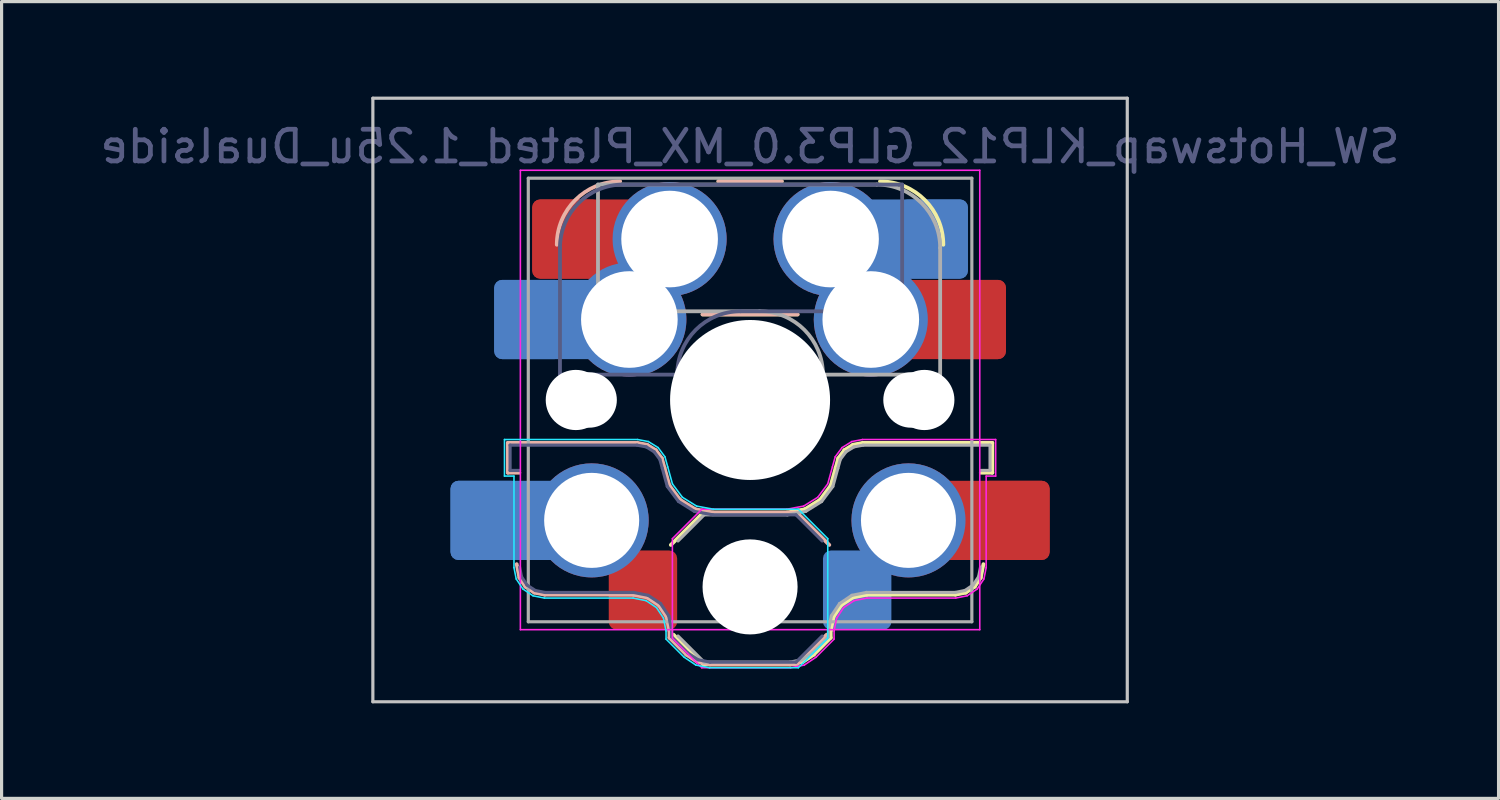
<source format=kicad_pcb>
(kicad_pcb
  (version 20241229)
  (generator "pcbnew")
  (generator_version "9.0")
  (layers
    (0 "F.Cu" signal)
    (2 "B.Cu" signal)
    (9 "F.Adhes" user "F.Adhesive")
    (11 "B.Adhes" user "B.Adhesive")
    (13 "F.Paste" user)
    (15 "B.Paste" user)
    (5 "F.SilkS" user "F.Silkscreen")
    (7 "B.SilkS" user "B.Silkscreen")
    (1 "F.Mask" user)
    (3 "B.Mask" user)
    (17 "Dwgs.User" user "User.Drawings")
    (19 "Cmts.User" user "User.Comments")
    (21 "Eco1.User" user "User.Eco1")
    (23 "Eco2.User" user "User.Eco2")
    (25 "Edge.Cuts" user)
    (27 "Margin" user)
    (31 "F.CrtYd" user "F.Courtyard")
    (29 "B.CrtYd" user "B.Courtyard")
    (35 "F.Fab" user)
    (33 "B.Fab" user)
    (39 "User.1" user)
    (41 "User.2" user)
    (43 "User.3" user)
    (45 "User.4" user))
  (footprint "SW_Hotswap_KLP12_GLP3.0_MX_Plated_1.25u_Dualside"
    (layer "F.Cu")
    (at 20.625 9.575)
    (property "Reference" "SW_Hotswap_KLP12_GLP3.0_MX_Plated_1.25u_Dualside" (at 0 -8 0) (layer "B.Fab") (effects (font (size 1 1) (thickness 0.15)) (justify mirror)))
    (attr smd)
    (fp_line (start -2.416 7.409) (end -1.479 8.346) (stroke (width 0.12) (type solid)) (layer "F.SilkS"))
    (fp_line (start -1.479 3.554) (end -2.5 4.575) (stroke (width 0.12) (type solid)) (layer "F.SilkS"))
    (fp_line (start -1.479 8.346) (end 1.268 8.346) (stroke (width 0.12) (type solid)) (layer "F.SilkS"))
    (fp_line (start 1 -6.9) (end -1 -6.9) (stroke (width 0.12) (type solid)) (layer "F.SilkS"))
    (fp_line (start 1.168 3.554) (end -1.479 3.554) (stroke (width 0.12) (type solid)) (layer "F.SilkS"))
    (fp_line (start 1.268 8.346) (end 1.671 8.266) (stroke (width 0.12) (type solid)) (layer "F.SilkS"))
    (fp_line (start 1.5 -2.7) (end -1.5 -2.7) (stroke (width 0.12) (type solid)) (layer "F.SilkS"))
    (fp_line (start 1.671 8.266) (end 2.013 8.037) (stroke (width 0.12) (type solid)) (layer "F.SilkS"))
    (fp_line (start 1.73 3.449) (end 1.168 3.554) (stroke (width 0.12) (type solid)) (layer "F.SilkS"))
    (fp_line (start 2.013 8.037) (end 2.546 7.504) (stroke (width 0.12) (type solid)) (layer "F.SilkS"))
    (fp_line (start 2.209 3.15) (end 1.73 3.449) (stroke (width 0.12) (type solid)) (layer "F.SilkS"))
    (fp_line (start 2.546 7.282) (end 2.633 6.844) (stroke (width 0.12) (type solid)) (layer "F.SilkS"))
    (fp_line (start 2.546 7.504) (end 2.546 7.282) (stroke (width 0.12) (type solid)) (layer "F.SilkS"))
    (fp_line (start 2.547 2.697) (end 2.209 3.15) (stroke (width 0.12) (type solid)) (layer "F.SilkS"))
    (fp_line (start 2.633 6.844) (end 2.877 6.477) (stroke (width 0.12) (type solid)) (layer "F.SilkS"))
    (fp_line (start 2.701 2.139) (end 2.547 2.697) (stroke (width 0.12) (type solid)) (layer "F.SilkS"))
    (fp_line (start 2.783 1.841) (end 2.701 2.139) (stroke (width 0.12) (type solid)) (layer "F.SilkS"))
    (fp_line (start 2.877 6.477) (end 3.244 6.233) (stroke (width 0.12) (type solid)) (layer "F.SilkS"))
    (fp_line (start 2.976 1.583) (end 2.783 1.841) (stroke (width 0.12) (type solid)) (layer "F.SilkS"))
    (fp_line (start 3.244 6.233) (end 3.682 6.146) (stroke (width 0.12) (type solid)) (layer "F.SilkS"))
    (fp_line (start 3.25 1.413) (end 2.976 1.583) (stroke (width 0.12) (type solid)) (layer "F.SilkS"))
    (fp_line (start 3.56 1.354) (end 3.25 1.413) (stroke (width 0.12) (type solid)) (layer "F.SilkS"))
    (fp_line (start 3.682 6.146) (end 6.482 6.146) (stroke (width 0.12) (type solid)) (layer "F.SilkS"))
    (fp_line (start 6.482 6.146) (end 6.809 6.081) (stroke (width 0.12) (type solid)) (layer "F.SilkS"))
    (fp_line (start 6.809 6.081) (end 7.092 5.892) (stroke (width 0.12) (type solid)) (layer "F.SilkS"))
    (fp_line (start 7.092 5.892) (end 7.281 5.609) (stroke (width 0.12) (type solid)) (layer "F.SilkS"))
    (fp_line (start 7.281 5.609) (end 7.366 5.182) (stroke (width 0.12) (type solid)) (layer "F.SilkS"))
    (fp_line (start 7.283 2.296) (end 7.646 2.296) (stroke (width 0.12) (type solid)) (layer "F.SilkS"))
    (fp_line (start 7.646 1.354) (end 3.56 1.354) (stroke (width 0.12) (type solid)) (layer "F.SilkS"))
    (fp_line (start 7.646 2.296) (end 7.646 1.354) (stroke (width 0.12) (type solid)) (layer "F.SilkS"))
    (fp_arc (start 4.1 -6.9) (mid 5.514214 -6.314214) (end 6.1 -4.9) (stroke (width 0.12) (type solid)) (layer "F.SilkS"))
    (fp_line (start -7.646 1.354) (end -3.56 1.354) (stroke (width 0.12) (type solid)) (layer "B.SilkS"))
    (fp_line (start -7.646 2.296) (end -7.646 1.354) (stroke (width 0.12) (type solid)) (layer "B.SilkS"))
    (fp_line (start -7.283 2.296) (end -7.646 2.296) (stroke (width 0.12) (type solid)) (layer "B.SilkS"))
    (fp_line (start -7.281 5.609) (end -7.366 5.182) (stroke (width 0.12) (type solid)) (layer "B.SilkS"))
    (fp_line (start -7.092 5.892) (end -7.281 5.609) (stroke (width 0.12) (type solid)) (layer "B.SilkS"))
    (fp_line (start -6.809 6.081) (end -7.092 5.892) (stroke (width 0.12) (type solid)) (layer "B.SilkS"))
    (fp_line (start -6.482 6.146) (end -6.809 6.081) (stroke (width 0.12) (type solid)) (layer "B.SilkS"))
    (fp_line (start -3.682 6.146) (end -6.482 6.146) (stroke (width 0.12) (type solid)) (layer "B.SilkS"))
    (fp_line (start -3.56 1.354) (end -3.25 1.413) (stroke (width 0.12) (type solid)) (layer "B.SilkS"))
    (fp_line (start -3.25 1.413) (end -2.976 1.583) (stroke (width 0.12) (type solid)) (layer "B.SilkS"))
    (fp_line (start -3.244 6.233) (end -3.682 6.146) (stroke (width 0.12) (type solid)) (layer "B.SilkS"))
    (fp_line (start -2.976 1.583) (end -2.783 1.841) (stroke (width 0.12) (type solid)) (layer "B.SilkS"))
    (fp_line (start -2.877 6.477) (end -3.244 6.233) (stroke (width 0.12) (type solid)) (layer "B.SilkS"))
    (fp_line (start -2.783 1.841) (end -2.701 2.139) (stroke (width 0.12) (type solid)) (layer "B.SilkS"))
    (fp_line (start -2.701 2.139) (end -2.547 2.697) (stroke (width 0.12) (type solid)) (layer "B.SilkS"))
    (fp_line (start -2.633 6.844) (end -2.877 6.477) (stroke (width 0.12) (type solid)) (layer "B.SilkS"))
    (fp_line (start -2.547 2.697) (end -2.209 3.15) (stroke (width 0.12) (type solid)) (layer "B.SilkS"))
    (fp_line (start -2.546 7.282) (end -2.633 6.844) (stroke (width 0.12) (type solid)) (layer "B.SilkS"))
    (fp_line (start -2.546 7.504) (end -2.546 7.282) (stroke (width 0.12) (type solid)) (layer "B.SilkS"))
    (fp_line (start -2.209 3.15) (end -1.73 3.449) (stroke (width 0.12) (type solid)) (layer "B.SilkS"))
    (fp_line (start -2.013 8.037) (end -2.546 7.504) (stroke (width 0.12) (type solid)) (layer "B.SilkS"))
    (fp_line (start -1.73 3.449) (end -1.168 3.554) (stroke (width 0.12) (type solid)) (layer "B.SilkS"))
    (fp_line (start -1.671 8.266) (end -2.013 8.037) (stroke (width 0.12) (type solid)) (layer "B.SilkS"))
    (fp_line (start -1.5 -2.7) (end 1.5 -2.7) (stroke (width 0.12) (type solid)) (layer "B.SilkS"))
    (fp_line (start -1.268 8.346) (end -1.671 8.266) (stroke (width 0.12) (type solid)) (layer "B.SilkS"))
    (fp_line (start -1.168 3.554) (end 1.479 3.554) (stroke (width 0.12) (type solid)) (layer "B.SilkS"))
    (fp_line (start -1 -6.9) (end 1 -6.9) (stroke (width 0.12) (type solid)) (layer "B.SilkS"))
    (fp_line (start 1.479 3.554) (end 2.5 4.575) (stroke (width 0.12) (type solid)) (layer "B.SilkS"))
    (fp_line (start 1.479 8.346) (end -1.268 8.346) (stroke (width 0.12) (type solid)) (layer "B.SilkS"))
    (fp_line (start 2.416 7.409) (end 1.479 8.346) (stroke (width 0.12) (type solid)) (layer "B.SilkS"))
    (fp_arc (start -6.1 -4.9) (mid -5.514214 -6.314214) (end -4.1 -6.9) (stroke (width 0.12) (type solid)) (layer "B.SilkS"))
    (fp_line (start -11.906 -9.525) (end -11.906 9.525) (stroke (width 0.1) (type solid)) (layer "Dwgs.User"))
    (fp_line (start -11.906 9.525) (end 11.906 9.525) (stroke (width 0.1) (type solid)) (layer "Dwgs.User"))
    (fp_line (start 11.906 -9.525) (end -11.906 -9.525) (stroke (width 0.1) (type solid)) (layer "Dwgs.User"))
    (fp_line (start 11.906 9.525) (end 11.906 -9.525) (stroke (width 0.1) (type solid)) (layer "Dwgs.User"))
    (fp_line (start -7.8 -6) (end -7 -6) (stroke (width 0.1) (type solid)) (layer "Eco1.User"))
    (fp_line (start -7.8 -2.9) (end -7.8 -6) (stroke (width 0.1) (type solid)) (layer "Eco1.User"))
    (fp_line (start -7.8 2.9) (end -7 2.9) (stroke (width 0.1) (type solid)) (layer "Eco1.User"))
    (fp_line (start -7.8 6) (end -7.8 2.9) (stroke (width 0.1) (type solid)) (layer "Eco1.User"))
    (fp_line (start -7 -7) (end -7 -6) (stroke (width 0.1) (type solid)) (layer "Eco1.User"))
    (fp_line (start -7 -7) (end 7 -7) (stroke (width 0.1) (type solid)) (layer "Eco1.User"))
    (fp_line (start -7 -6) (end -7 -7) (stroke (width 0.1) (type solid)) (layer "Eco1.User"))
    (fp_line (start -7 -2.9) (end -7.8 -2.9) (stroke (width 0.1) (type solid)) (layer "Eco1.User"))
    (fp_line (start -7 2.9) (end -7 -2.9) (stroke (width 0.1) (type solid)) (layer "Eco1.User"))
    (fp_line (start -7 6) (end -7.8 6) (stroke (width 0.1) (type solid)) (layer "Eco1.User"))
    (fp_line (start -7 7) (end -7 6) (stroke (width 0.1) (type solid)) (layer "Eco1.User"))
    (fp_line (start 7 -7) (end -7 -7) (stroke (width 0.1) (type solid)) (layer "Eco1.User"))
    (fp_line (start 7 -7) (end 7 -6) (stroke (width 0.1) (type solid)) (layer "Eco1.User"))
    (fp_line (start 7 -6) (end 7 -7) (stroke (width 0.1) (type solid)) (layer "Eco1.User"))
    (fp_line (start 7 -6) (end 7.8 -6) (stroke (width 0.1) (type solid)) (layer "Eco1.User"))
    (fp_line (start 7 -2.9) (end 7 2.9) (stroke (width 0.1) (type solid)) (layer "Eco1.User"))
    (fp_line (start 7 -2.9) (end 7.8 -2.9) (stroke (width 0.1) (type solid)) (layer "Eco1.User"))
    (fp_line (start 7 2.9) (end 7.8 2.9) (stroke (width 0.1) (type solid)) (layer "Eco1.User"))
    (fp_line (start 7 6) (end 7 7) (stroke (width 0.1) (type solid)) (layer "Eco1.User"))
    (fp_line (start 7 7) (end -7 7) (stroke (width 0.1) (type solid)) (layer "Eco1.User"))
    (fp_line (start 7.8 -6) (end 7.8 -2.9) (stroke (width 0.1) (type solid)) (layer "Eco1.User"))
    (fp_line (start 7.8 2.9) (end 7.8 6) (stroke (width 0.1) (type solid)) (layer "Eco1.User"))
    (fp_line (start 7.8 6) (end 7 6) (stroke (width 0.1) (type solid)) (layer "Eco1.User"))
    (fp_line (start -7.752 1.248) (end -3.55 1.248) (stroke (width 0.05) (type solid)) (layer "B.CrtYd"))
    (fp_line (start -7.752 2.402) (end -7.752 1.248) (stroke (width 0.05) (type solid)) (layer "B.CrtYd"))
    (fp_line (start -7.452 2.402) (end -7.752 2.402) (stroke (width 0.05) (type solid)) (layer "B.CrtYd"))
    (fp_line (start -7.452 5.292) (end -7.452 2.402) (stroke (width 0.05) (type solid)) (layer "B.CrtYd"))
    (fp_line (start -7.381 5.65) (end -7.452 5.292) (stroke (width 0.05) (type solid)) (layer "B.CrtYd"))
    (fp_line (start -7.168 5.968) (end -7.381 5.65) (stroke (width 0.05) (type solid)) (layer "B.CrtYd"))
    (fp_line (start -6.85 6.181) (end -7.168 5.968) (stroke (width 0.05) (type solid)) (layer "B.CrtYd"))
    (fp_line (start -6.492 6.252) (end -6.85 6.181) (stroke (width 0.05) (type solid)) (layer "B.CrtYd"))
    (fp_line (start -3.692 6.252) (end -6.492 6.252) (stroke (width 0.05) (type solid)) (layer "B.CrtYd"))
    (fp_line (start -3.55 1.248) (end -3.211 1.312) (stroke (width 0.05) (type solid)) (layer "B.CrtYd"))
    (fp_line (start -3.285 6.333) (end -3.692 6.252) (stroke (width 0.05) (type solid)) (layer "B.CrtYd"))
    (fp_line (start -3.211 1.312) (end -2.903 1.503) (stroke (width 0.05) (type solid)) (layer "B.CrtYd"))
    (fp_line (start -2.953 6.553) (end -3.285 6.333) (stroke (width 0.05) (type solid)) (layer "B.CrtYd"))
    (fp_line (start -2.903 1.503) (end -2.687 1.794) (stroke (width 0.05) (type solid)) (layer "B.CrtYd"))
    (fp_line (start -2.733 6.885) (end -2.953 6.553) (stroke (width 0.05) (type solid)) (layer "B.CrtYd"))
    (fp_line (start -2.687 1.794) (end -2.599 2.111) (stroke (width 0.05) (type solid)) (layer "B.CrtYd"))
    (fp_line (start -2.652 7.292) (end -2.733 6.885) (stroke (width 0.05) (type solid)) (layer "B.CrtYd"))
    (fp_line (start -2.652 7.548) (end -2.652 7.292) (stroke (width 0.05) (type solid)) (layer "B.CrtYd"))
    (fp_line (start -2.599 2.111) (end -2.45 2.65) (stroke (width 0.05) (type solid)) (layer "B.CrtYd"))
    (fp_line (start -2.45 2.65) (end -2.136 3.071) (stroke (width 0.05) (type solid)) (layer "B.CrtYd"))
    (fp_line (start -2.136 3.071) (end -1.691 3.348) (stroke (width 0.05) (type solid)) (layer "B.CrtYd"))
    (fp_line (start -2.081 8.119) (end -2.652 7.548) (stroke (width 0.05) (type solid)) (layer "B.CrtYd"))
    (fp_line (start -1.712 8.366) (end -2.081 8.119) (stroke (width 0.05) (type solid)) (layer "B.CrtYd"))
    (fp_line (start -1.691 3.348) (end -1.159 3.448) (stroke (width 0.05) (type solid)) (layer "B.CrtYd"))
    (fp_line (start -1.278 8.452) (end -1.712 8.366) (stroke (width 0.05) (type solid)) (layer "B.CrtYd"))
    (fp_line (start -1.159 3.448) (end 1.523 3.448) (stroke (width 0.05) (type solid)) (layer "B.CrtYd"))
    (fp_line (start 1.523 3.448) (end 2.452 4.377) (stroke (width 0.05) (type solid)) (layer "B.CrtYd"))
    (fp_line (start 1.523 8.452) (end -1.278 8.452) (stroke (width 0.05) (type solid)) (layer "B.CrtYd"))
    (fp_line (start 2.452 4.377) (end 2.452 7.523) (stroke (width 0.05) (type solid)) (layer "B.CrtYd"))
    (fp_line (start 2.452 7.523) (end 1.523 8.452) (stroke (width 0.05) (type solid)) (layer "B.CrtYd"))
    (fp_line (start -7.25 -7.25) (end -7.25 7.25) (stroke (width 0.05) (type solid)) (layer "F.CrtYd"))
    (fp_line (start -7.25 7.25) (end 7.25 7.25) (stroke (width 0.05) (type solid)) (layer "F.CrtYd"))
    (fp_line (start -2.452 4.377) (end -2.452 7.523) (stroke (width 0.05) (type solid)) (layer "F.CrtYd"))
    (fp_line (start -2.452 7.523) (end -1.523 8.452) (stroke (width 0.05) (type solid)) (layer "F.CrtYd"))
    (fp_line (start -1.523 3.448) (end -2.452 4.377) (stroke (width 0.05) (type solid)) (layer "F.CrtYd"))
    (fp_line (start -1.523 8.452) (end 1.278 8.452) (stroke (width 0.05) (type solid)) (layer "F.CrtYd"))
    (fp_line (start 1.159 3.448) (end -1.523 3.448) (stroke (width 0.05) (type solid)) (layer "F.CrtYd"))
    (fp_line (start 1.278 8.452) (end 1.712 8.366) (stroke (width 0.05) (type solid)) (layer "F.CrtYd"))
    (fp_line (start 1.691 3.348) (end 1.159 3.448) (stroke (width 0.05) (type solid)) (layer "F.CrtYd"))
    (fp_line (start 1.712 8.366) (end 2.081 8.119) (stroke (width 0.05) (type solid)) (layer "F.CrtYd"))
    (fp_line (start 2.081 8.119) (end 2.652 7.548) (stroke (width 0.05) (type solid)) (layer "F.CrtYd"))
    (fp_line (start 2.136 3.071) (end 1.691 3.348) (stroke (width 0.05) (type solid)) (layer "F.CrtYd"))
    (fp_line (start 2.45 2.65) (end 2.136 3.071) (stroke (width 0.05) (type solid)) (layer "F.CrtYd"))
    (fp_line (start 2.599 2.111) (end 2.45 2.65) (stroke (width 0.05) (type solid)) (layer "F.CrtYd"))
    (fp_line (start 2.652 7.292) (end 2.733 6.885) (stroke (width 0.05) (type solid)) (layer "F.CrtYd"))
    (fp_line (start 2.652 7.548) (end 2.652 7.292) (stroke (width 0.05) (type solid)) (layer "F.CrtYd"))
    (fp_line (start 2.687 1.794) (end 2.599 2.111) (stroke (width 0.05) (type solid)) (layer "F.CrtYd"))
    (fp_line (start 2.733 6.885) (end 2.953 6.553) (stroke (width 0.05) (type solid)) (layer "F.CrtYd"))
    (fp_line (start 2.903 1.503) (end 2.687 1.794) (stroke (width 0.05) (type solid)) (layer "F.CrtYd"))
    (fp_line (start 2.953 6.553) (end 3.285 6.333) (stroke (width 0.05) (type solid)) (layer "F.CrtYd"))
    (fp_line (start 3.211 1.312) (end 2.903 1.503) (stroke (width 0.05) (type solid)) (layer "F.CrtYd"))
    (fp_line (start 3.285 6.333) (end 3.692 6.252) (stroke (width 0.05) (type solid)) (layer "F.CrtYd"))
    (fp_line (start 3.55 1.248) (end 3.211 1.312) (stroke (width 0.05) (type solid)) (layer "F.CrtYd"))
    (fp_line (start 3.692 6.252) (end 6.492 6.252) (stroke (width 0.05) (type solid)) (layer "F.CrtYd"))
    (fp_line (start 6.492 6.252) (end 6.85 6.181) (stroke (width 0.05) (type solid)) (layer "F.CrtYd"))
    (fp_line (start 6.85 6.181) (end 7.168 5.968) (stroke (width 0.05) (type solid)) (layer "F.CrtYd"))
    (fp_line (start 7.168 5.968) (end 7.381 5.65) (stroke (width 0.05) (type solid)) (layer "F.CrtYd"))
    (fp_line (start 7.25 -7.25) (end -7.25 -7.25) (stroke (width 0.05) (type solid)) (layer "F.CrtYd"))
    (fp_line (start 7.25 7.25) (end 7.25 -7.25) (stroke (width 0.05) (type solid)) (layer "F.CrtYd"))
    (fp_line (start 7.381 5.65) (end 7.452 5.292) (stroke (width 0.05) (type solid)) (layer "F.CrtYd"))
    (fp_line (start 7.452 2.402) (end 7.752 2.402) (stroke (width 0.05) (type solid)) (layer "F.CrtYd"))
    (fp_line (start 7.452 5.292) (end 7.452 2.402) (stroke (width 0.05) (type solid)) (layer "F.CrtYd"))
    (fp_line (start 7.752 1.248) (end 3.55 1.248) (stroke (width 0.05) (type solid)) (layer "F.CrtYd"))
    (fp_line (start 7.752 2.402) (end 7.752 1.248) (stroke (width 0.05) (type solid)) (layer "F.CrtYd"))
    (fp_line (start -7.575 1.425) (end -3.567 1.425) (stroke (width 0.1) (type solid)) (layer "B.Fab"))
    (fp_line (start -7.575 2.225) (end -7.575 1.425) (stroke (width 0.1) (type solid)) (layer "B.Fab"))
    (fp_line (start -7.275 2.225) (end -7.575 2.225) (stroke (width 0.1) (type solid)) (layer "B.Fab"))
    (fp_line (start -7.214 5.581) (end -7.275 5.275) (stroke (width 0.1) (type solid)) (layer "B.Fab"))
    (fp_line (start -7.041 5.841) (end -7.214 5.581) (stroke (width 0.1) (type solid)) (layer "B.Fab"))
    (fp_line (start -6.781 6.014) (end -7.041 5.841) (stroke (width 0.1) (type solid)) (layer "B.Fab"))
    (fp_line (start -6.475 6.075) (end -6.781 6.014) (stroke (width 0.1) (type solid)) (layer "B.Fab"))
    (fp_line (start -6 -0.8) (end -6 -4.8) (stroke (width 0.12) (type solid)) (layer "B.Fab"))
    (fp_line (start -6 -0.8) (end -2.3 -0.8) (stroke (width 0.12) (type solid)) (layer "B.Fab"))
    (fp_line (start -4 -6.8) (end 4.8 -6.8) (stroke (width 0.12) (type solid)) (layer "B.Fab"))
    (fp_line (start -3.675 6.075) (end -6.475 6.075) (stroke (width 0.1) (type solid)) (layer "B.Fab"))
    (fp_line (start -3.567 1.425) (end -3.276 1.48) (stroke (width 0.1) (type solid)) (layer "B.Fab"))
    (fp_line (start -3.276 1.48) (end -3.025 1.636) (stroke (width 0.1) (type solid)) (layer "B.Fab"))
    (fp_line (start -3.216 6.166) (end -3.675 6.075) (stroke (width 0.1) (type solid)) (layer "B.Fab"))
    (fp_line (start -3.025 1.636) (end -2.848 1.873) (stroke (width 0.1) (type solid)) (layer "B.Fab"))
    (fp_line (start -2.848 1.873) (end -2.769 2.158) (stroke (width 0.1) (type solid)) (layer "B.Fab"))
    (fp_line (start -2.826 6.426) (end -3.216 6.166) (stroke (width 0.1) (type solid)) (layer "B.Fab"))
    (fp_line (start -2.769 2.158) (end -2.612 2.729) (stroke (width 0.1) (type solid)) (layer "B.Fab"))
    (fp_line (start -2.612 2.729) (end -2.258 3.203) (stroke (width 0.1) (type solid)) (layer "B.Fab"))
    (fp_line (start -2.566 6.816) (end -2.826 6.426) (stroke (width 0.1) (type solid)) (layer "B.Fab"))
    (fp_line (start -2.475 7.275) (end -2.566 6.816) (stroke (width 0.1) (type solid)) (layer "B.Fab"))
    (fp_line (start -2.475 7.475) (end -2.475 7.275) (stroke (width 0.1) (type solid)) (layer "B.Fab"))
    (fp_line (start -2.258 3.203) (end -1.756 3.516) (stroke (width 0.1) (type solid)) (layer "B.Fab"))
    (fp_line (start -1.968 7.982) (end -2.475 7.475) (stroke (width 0.1) (type solid)) (layer "B.Fab"))
    (fp_line (start -1.756 3.516) (end -1.175 3.625) (stroke (width 0.1) (type solid)) (layer "B.Fab"))
    (fp_line (start -1.643 8.199) (end -1.968 7.982) (stroke (width 0.1) (type solid)) (layer "B.Fab"))
    (fp_line (start -1.261 8.275) (end -1.643 8.199) (stroke (width 0.1) (type solid)) (layer "B.Fab"))
    (fp_line (start -1.175 3.625) (end 1.45 3.625) (stroke (width 0.1) (type solid)) (layer "B.Fab"))
    (fp_line (start -0.3 -2.8) (end 4.8 -2.8) (stroke (width 0.12) (type solid)) (layer "B.Fab"))
    (fp_line (start 1.45 3.625) (end 2.275 4.45) (stroke (width 0.1) (type solid)) (layer "B.Fab"))
    (fp_line (start 1.45 8.275) (end -1.261 8.275) (stroke (width 0.1) (type solid)) (layer "B.Fab"))
    (fp_line (start 2.275 7.45) (end 1.45 8.275) (stroke (width 0.1) (type solid)) (layer "B.Fab"))
    (fp_line (start 4.8 -6.8) (end 4.8 -2.8) (stroke (width 0.12) (type solid)) (layer "B.Fab"))
    (fp_arc (start -6 -4.8) (mid -5.414214 -6.214214) (end -4 -6.8) (stroke (width 0.12) (type solid)) (layer "B.Fab"))
    (fp_arc (start -2.3 -0.8) (mid -1.714214 -2.214214) (end -0.3 -2.8) (stroke (width 0.12) (type solid)) (layer "B.Fab"))
    (fp_line (start -7 -7) (end -7 7) (stroke (width 0.1) (type solid)) (layer "F.Fab"))
    (fp_line (start -7 7) (end 7 7) (stroke (width 0.1) (type solid)) (layer "F.Fab"))
    (fp_line (start -4.8 -6.8) (end -4.8 -2.8) (stroke (width 0.12) (type solid)) (layer "F.Fab"))
    (fp_line (start -2.275 7.45) (end -1.45 8.275) (stroke (width 0.1) (type solid)) (layer "F.Fab"))
    (fp_line (start -1.45 3.625) (end -2.275 4.45) (stroke (width 0.1) (type solid)) (layer "F.Fab"))
    (fp_line (start -1.45 8.275) (end 1.261 8.275) (stroke (width 0.1) (type solid)) (layer "F.Fab"))
    (fp_line (start 0.3 -2.8) (end -4.8 -2.8) (stroke (width 0.12) (type solid)) (layer "F.Fab"))
    (fp_line (start 1.175 3.625) (end -1.45 3.625) (stroke (width 0.1) (type solid)) (layer "F.Fab"))
    (fp_line (start 1.261 8.275) (end 1.643 8.199) (stroke (width 0.1) (type solid)) (layer "F.Fab"))
    (fp_line (start 1.643 8.199) (end 1.968 7.982) (stroke (width 0.1) (type solid)) (layer "F.Fab"))
    (fp_line (start 1.756 3.516) (end 1.175 3.625) (stroke (width 0.1) (type solid)) (layer "F.Fab"))
    (fp_line (start 1.968 7.982) (end 2.475 7.475) (stroke (width 0.1) (type solid)) (layer "F.Fab"))
    (fp_line (start 2.258 3.203) (end 1.756 3.516) (stroke (width 0.1) (type solid)) (layer "F.Fab"))
    (fp_line (start 2.475 7.275) (end 2.566 6.816) (stroke (width 0.1) (type solid)) (layer "F.Fab"))
    (fp_line (start 2.475 7.475) (end 2.475 7.275) (stroke (width 0.1) (type solid)) (layer "F.Fab"))
    (fp_line (start 2.566 6.816) (end 2.826 6.426) (stroke (width 0.1) (type solid)) (layer "F.Fab"))
    (fp_line (start 2.612 2.729) (end 2.258 3.203) (stroke (width 0.1) (type solid)) (layer "F.Fab"))
    (fp_line (start 2.769 2.158) (end 2.612 2.729) (stroke (width 0.1) (type solid)) (layer "F.Fab"))
    (fp_line (start 2.826 6.426) (end 3.216 6.166) (stroke (width 0.1) (type solid)) (layer "F.Fab"))
    (fp_line (start 2.848 1.873) (end 2.769 2.158) (stroke (width 0.1) (type solid)) (layer "F.Fab"))
    (fp_line (start 3.025 1.636) (end 2.848 1.873) (stroke (width 0.1) (type solid)) (layer "F.Fab"))
    (fp_line (start 3.216 6.166) (end 3.675 6.075) (stroke (width 0.1) (type solid)) (layer "F.Fab"))
    (fp_line (start 3.276 1.48) (end 3.025 1.636) (stroke (width 0.1) (type solid)) (layer "F.Fab"))
    (fp_line (start 3.567 1.425) (end 3.276 1.48) (stroke (width 0.1) (type solid)) (layer "F.Fab"))
    (fp_line (start 3.675 6.075) (end 6.475 6.075) (stroke (width 0.1) (type solid)) (layer "F.Fab"))
    (fp_line (start 4 -6.8) (end -4.8 -6.8) (stroke (width 0.12) (type solid)) (layer "F.Fab"))
    (fp_line (start 6 -0.8) (end 2.3 -0.8) (stroke (width 0.12) (type solid)) (layer "F.Fab"))
    (fp_line (start 6 -0.8) (end 6 -4.8) (stroke (width 0.12) (type solid)) (layer "F.Fab"))
    (fp_line (start 6.475 6.075) (end 6.781 6.014) (stroke (width 0.1) (type solid)) (layer "F.Fab"))
    (fp_line (start 6.781 6.014) (end 7.041 5.841) (stroke (width 0.1) (type solid)) (layer "F.Fab"))
    (fp_line (start 7 -7) (end -7 -7) (stroke (width 0.1) (type solid)) (layer "F.Fab"))
    (fp_line (start 7 7) (end 7 -7) (stroke (width 0.1) (type solid)) (layer "F.Fab"))
    (fp_line (start 7.041 5.841) (end 7.214 5.581) (stroke (width 0.1) (type solid)) (layer "F.Fab"))
    (fp_line (start 7.214 5.581) (end 7.275 5.275) (stroke (width 0.1) (type solid)) (layer "F.Fab"))
    (fp_line (start 7.275 2.225) (end 7.575 2.225) (stroke (width 0.1) (type solid)) (layer "F.Fab"))
    (fp_line (start 7.575 1.425) (end 3.567 1.425) (stroke (width 0.1) (type solid)) (layer "F.Fab"))
    (fp_line (start 7.575 2.225) (end 7.575 1.425) (stroke (width 0.1) (type solid)) (layer "F.Fab"))
    (fp_arc (start 0.3 -2.8) (mid 1.714214 -2.214214) (end 2.3 -0.8) (stroke (width 0.12) (type solid)) (layer "F.Fab"))
    (fp_arc (start 4 -6.8) (mid 5.414214 -6.214214) (end 6 -4.8) (stroke (width 0.12) (type solid)) (layer "F.Fab"))
    (pad "" np_thru_hole circle (at -5.5 0 180) (size 1.9 1.9) (drill 1.9) (layers "*.Cu" "*.Mask"))
    (pad "" np_thru_hole circle (at -5.08 0) (size 1.75 1.75) (drill 1.75) (layers "*.Cu" "*.Mask"))
    (pad "" np_thru_hole circle (at 0 0 180) (size 5.05 5.05) (drill 5.05) (layers "*.Cu" "*.Mask"))
    (pad "" np_thru_hole circle (at 0 5.9 180) (size 3 3) (drill 3) (layers "*.Cu" "*.Mask"))
    (pad "" np_thru_hole circle (at 5.08 0) (size 1.75 1.75) (drill 1.75) (layers "*.Cu" "*.Mask"))
    (pad "" np_thru_hole circle (at 5.5 0 180) (size 1.9 1.9) (drill 1.9) (layers "*.Cu" "*.Mask"))
    (pad "1" smd roundrect (at -8.376 3.8 180) (size 2.159 2.5) (layers "B.Cu" "B.Mask" "B.Paste") (roundrect_rratio 0.116))
    (pad "1" smd roundrect (at -7.53 3.8 180) (size 3.85 2.5) (layers "B.Cu") (roundrect_rratio 0.1))
    (pad "1" smd roundrect (at -6.997 -2.54 180) (size 2.159 2.5) (layers "B.Cu" "B.Mask" "B.Paste") (roundrect_rratio 0.116))
    (pad "1" smd roundrect (at -6.301 -2.54) (size 3.55 2.5) (layers "B.Cu") (roundrect_rratio 0.1))
    (pad "1" smd roundrect (at -5.796 -5.08 180) (size 2.159 2.5) (layers "F.Cu" "F.Mask" "F.Paste") (roundrect_rratio 0.116))
    (pad "1" smd roundrect (at -5.1 -5.08) (size 3.55 2.5) (layers "F.Cu") (roundrect_rratio 0.1))
    (pad "1" thru_hole circle (at -5 3.8 180) (size 3.6 3.6) (drill 3) (layers "*.Cu" "*.Mask"))
    (pad "1" thru_hole circle (at -3.81 -2.54) (size 3.6 3.6) (drill 3.05) (layers "*.Cu" "*.Mask"))
    (pad "1" smd roundrect (at -3.381 6 180) (size 2.159 2.5) (layers "F.Cu" "F.Mask" "F.Paste") (roundrect_rratio 0.116))
    (pad "1" thru_hole circle (at -2.54 -5.08) (size 3.6 3.6) (drill 3.05) (layers "*.Cu" "*.Mask"))
    (pad "2" thru_hole circle (at 2.54 -5.08) (size 3.6 3.6) (drill 3.05) (layers "*.Cu" "*.Mask"))
    (pad "2" smd roundrect (at 3.381 6 180) (size 2.159 2.5) (layers "B.Cu" "B.Mask" "B.Paste") (roundrect_rratio 0.116))
    (pad "2" thru_hole circle (at 3.81 -2.54) (size 3.6 3.6) (drill 3.05) (layers "*.Cu" "*.Mask"))
    (pad "2" thru_hole circle (at 5 3.8 180) (size 3.6 3.6) (drill 3) (layers "*.Cu" "*.Mask"))
    (pad "2" smd roundrect (at 5.1 -5.08) (size 3.55 2.5) (layers "B.Cu") (roundrect_rratio 0.1))
    (pad "2" smd roundrect (at 5.796 -5.08 180) (size 2.159 2.5) (layers "B.Cu" "B.Mask" "B.Paste") (roundrect_rratio 0.116))
    (pad "2" smd roundrect (at 6.301 -2.54) (size 3.55 2.5) (layers "F.Cu") (roundrect_rratio 0.1))
    (pad "2" smd roundrect (at 6.997 -2.54 180) (size 2.159 2.5) (layers "F.Cu" "F.Mask" "F.Paste") (roundrect_rratio 0.116))
    (pad "2" smd roundrect (at 7.53 3.8 180) (size 3.85 2.5) (layers "F.Cu") (roundrect_rratio 0.1))
    (pad "2" smd roundrect (at 8.376 3.8 180) (size 2.159 2.5) (layers "F.Cu" "F.Mask" "F.Paste") (roundrect_rratio 0.116)))
  (gr_rect
    (start -3 -3)
    (end 44.25 22.15)
    (stroke (width 0.1) (type default))
    (fill no)
    (layer "Edge.Cuts")))
</source>
